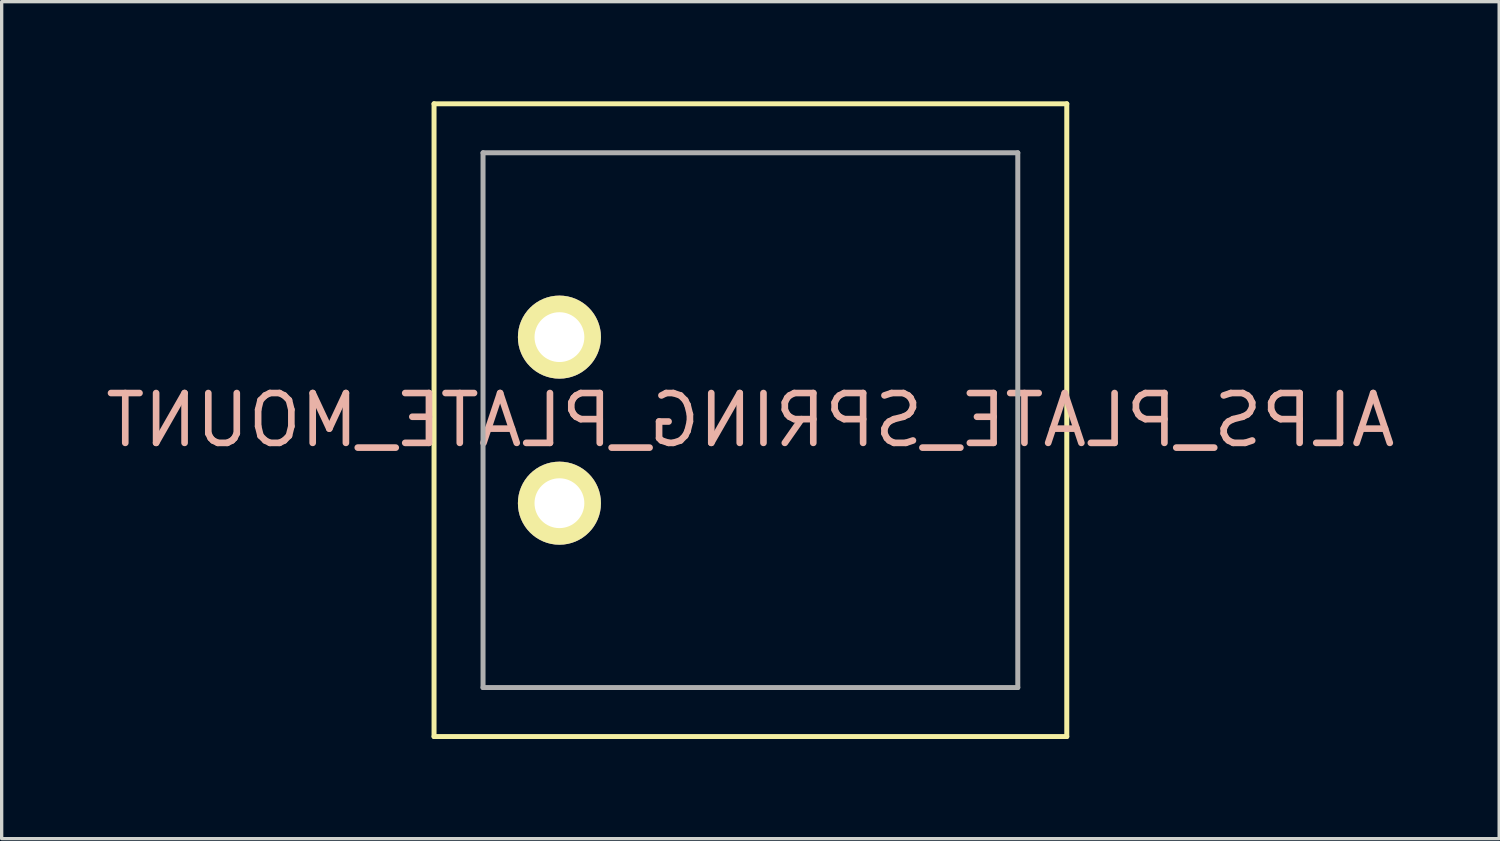
<source format=kicad_pcb>
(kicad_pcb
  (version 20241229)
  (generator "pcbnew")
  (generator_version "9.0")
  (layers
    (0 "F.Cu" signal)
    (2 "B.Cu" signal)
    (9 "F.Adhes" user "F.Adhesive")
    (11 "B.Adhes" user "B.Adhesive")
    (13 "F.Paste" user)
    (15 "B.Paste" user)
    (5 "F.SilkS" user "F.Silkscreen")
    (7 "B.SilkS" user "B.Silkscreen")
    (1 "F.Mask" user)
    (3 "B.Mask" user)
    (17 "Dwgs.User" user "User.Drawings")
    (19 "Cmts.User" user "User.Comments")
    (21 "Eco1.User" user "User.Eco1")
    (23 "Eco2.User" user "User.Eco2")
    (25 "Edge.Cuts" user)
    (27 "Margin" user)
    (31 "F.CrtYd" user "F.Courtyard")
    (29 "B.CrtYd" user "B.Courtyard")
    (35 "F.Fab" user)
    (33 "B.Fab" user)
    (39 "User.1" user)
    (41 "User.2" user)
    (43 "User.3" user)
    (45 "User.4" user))
  (footprint "ALPS_PLATE_SPRING_PLATE_MOUNT"
    (layer "F.Cu")
    (at 19.543 9.6)
    (property "Reference" "ALPS_PLATE_SPRING_PLATE_MOUNT" (at 0 0 0) (layer "B.SilkS") (effects (font (size 1.5 1.5) (thickness 0.2)) (justify mirror)))
    (attr through_hole)
    (fp_line (start -9.525 -9.525) (end -9.525 9.525) (stroke (width 0.15) (type solid)) (layer "F.SilkS"))
    (fp_line (start -9.525 9.525) (end 9.525 9.525) (stroke (width 0.15) (type solid)) (layer "F.SilkS"))
    (fp_line (start 9.525 -9.525) (end -9.525 -9.525) (stroke (width 0.15) (type solid)) (layer "F.SilkS"))
    (fp_line (start 9.525 9.525) (end 9.525 -9.525) (stroke (width 0.15) (type solid)) (layer "F.SilkS"))
    (fp_line (start -8.05 -8.05) (end -8.05 8.05) (stroke (width 0.15) (type solid)) (layer "F.Fab"))
    (fp_line (start -8.05 8.05) (end 8.05 8.05) (stroke (width 0.15) (type solid)) (layer "F.Fab"))
    (fp_line (start 8.05 -8.05) (end -8.05 -8.05) (stroke (width 0.15) (type solid)) (layer "F.Fab"))
    (fp_line (start 8.05 8.05) (end 8.05 -8.05) (stroke (width 0.15) (type solid)) (layer "F.Fab"))
    (pad "1" thru_hole circle (at -5.75 2.5 90) (size 2.5 2.5) (drill 1.5) (layers "*.Cu" "*.Mask" "F.SilkS"))
    (pad "2" thru_hole circle (at -5.75 -2.5 90) (size 2.5 2.5) (drill 1.5) (layers "*.Cu" "*.Mask" "F.SilkS")))
  (gr_rect
    (start -3 -3)
    (end 42.086 22.2)
    (stroke (width 0.1) (type default))
    (fill no)
    (layer "Edge.Cuts")))
</source>
